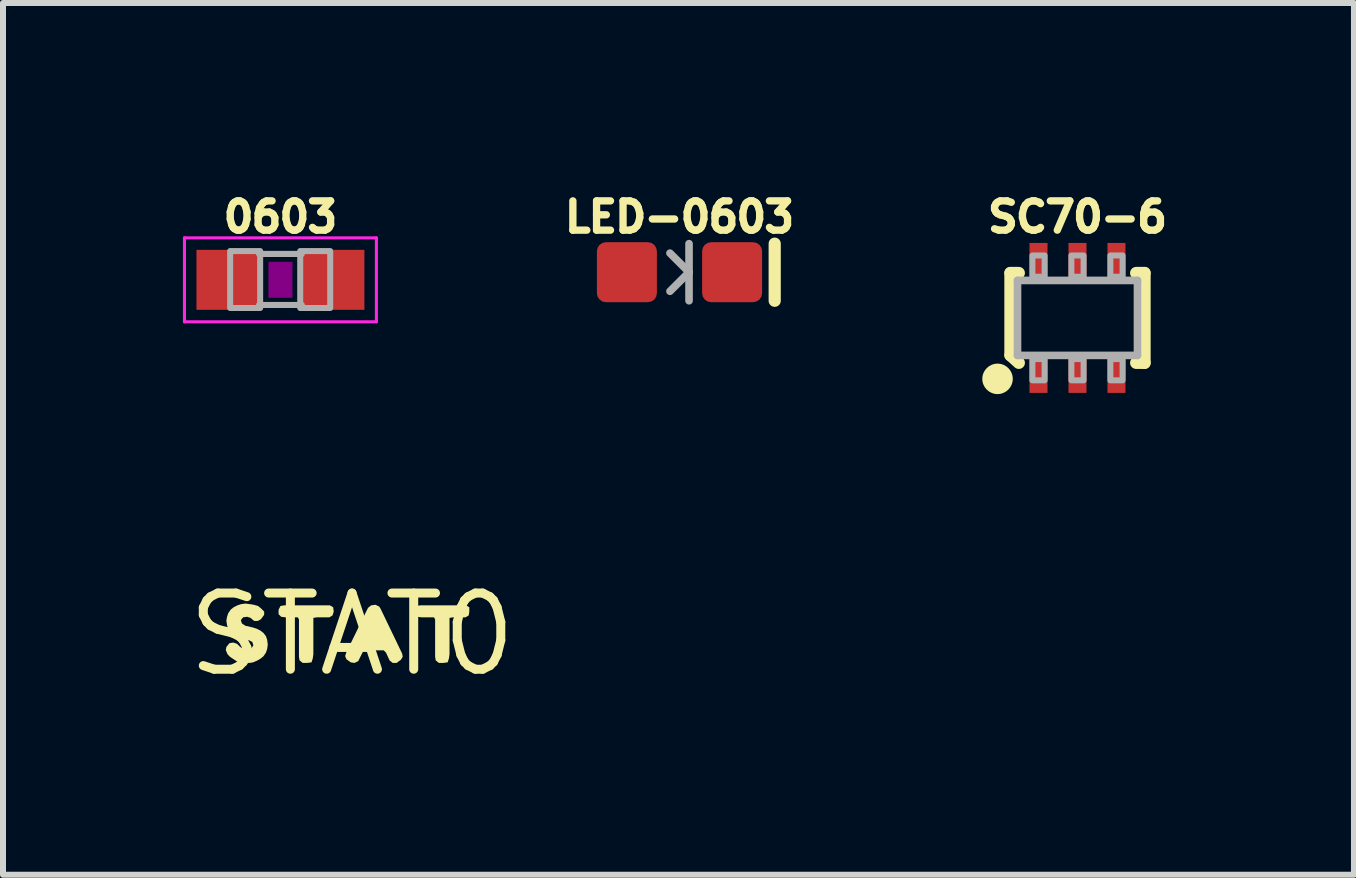
<source format=kicad_pcb>
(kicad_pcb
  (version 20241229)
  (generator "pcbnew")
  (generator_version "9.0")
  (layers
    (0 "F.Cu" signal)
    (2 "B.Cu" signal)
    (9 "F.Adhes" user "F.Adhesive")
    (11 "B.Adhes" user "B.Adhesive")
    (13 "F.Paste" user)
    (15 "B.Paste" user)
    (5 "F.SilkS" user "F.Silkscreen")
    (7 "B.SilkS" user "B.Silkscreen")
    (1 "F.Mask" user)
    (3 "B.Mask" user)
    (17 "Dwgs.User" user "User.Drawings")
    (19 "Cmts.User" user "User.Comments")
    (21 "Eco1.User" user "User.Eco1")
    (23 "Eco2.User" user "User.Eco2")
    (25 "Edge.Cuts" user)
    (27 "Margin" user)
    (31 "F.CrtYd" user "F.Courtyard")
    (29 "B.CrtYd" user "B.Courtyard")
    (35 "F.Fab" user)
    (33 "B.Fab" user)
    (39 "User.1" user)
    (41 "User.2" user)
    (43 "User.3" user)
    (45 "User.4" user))
  (footprint "STAT0"
    (layer "F.Cu")
    (at 2.819 7.527)
    (property "Reference" "STAT0" (at 0 0 0) (layer "F.SilkS") (effects (font (size 1.27 1.27) (thickness 0.15))))
    (fp_poly (pts (xy -0.315 -0.453) (xy -0.305 -0.38) (xy -0.326 -0.317) (xy -0.379 -0.285) (xy -0.59 -0.285) (xy -0.645 -0.276) (xy -0.645 0.33) (xy -0.655 0.401) (xy -0.676 0.465) (xy -0.75 0.475) (xy -0.822 0.475) (xy -0.875 0.433) (xy -0.885 0.37) (xy -0.885 -0.249) (xy -0.903 -0.285) (xy -1.11 -0.285) (xy -1.182 -0.295) (xy -1.225 -0.338) (xy -1.225 -0.411) (xy -1.193 -0.475) (xy -1.13 -0.485) (xy -0.369 -0.485)) (stroke (width 0) (type solid)) (fill yes) (layer "F.SilkS"))
    (fp_poly (pts (xy 0.453 -0.464) (xy 0.474 -0.432) (xy 0.835 0.318) (xy 0.845 0.371) (xy 0.814 0.423) (xy 0.742 0.475) (xy 0.678 0.475) (xy 0.626 0.433) (xy 0.566 0.303) (xy 0.528 0.265) (xy 0.193 0.265) (xy 0.134 0.382) (xy 0.104 0.444) (xy 0.041 0.475) (xy -0.022 0.465) (xy -0.094 0.413) (xy -0.115 0.36) (xy -0.095 0.298) (xy 0.236 -0.382) (xy 0.266 -0.443) (xy 0.318 -0.485) (xy 0.391 -0.495)) (stroke (width 0) (type solid)) (fill yes) (layer "F.SilkS"))
    (fp_poly (pts (xy 1.955 -0.453) (xy 1.955 -0.38) (xy 1.945 -0.317) (xy 1.891 -0.285) (xy 1.68 -0.285) (xy 1.625 -0.276) (xy 1.625 0.33) (xy 1.615 0.401) (xy 1.594 0.465) (xy 1.52 0.475) (xy 1.448 0.475) (xy 1.395 0.433) (xy 1.385 0.37) (xy 1.385 -0.249) (xy 1.367 -0.285) (xy 1.16 -0.285) (xy 1.088 -0.295) (xy 1.045 -0.338) (xy 1.045 -0.411) (xy 1.066 -0.475) (xy 1.14 -0.485) (xy 1.901 -0.485)) (stroke (width 0) (type solid)) (fill yes) (layer "F.SilkS"))
    (fp_poly (pts (xy -1.699 -0.505) (xy -1.639 -0.495) (xy -1.568 -0.475) (xy -1.517 -0.434) (xy -1.465 -0.382) (xy -1.465 -0.328) (xy -1.517 -0.256) (xy -1.569 -0.225) (xy -1.632 -0.225) (xy -1.692 -0.276) (xy -1.75 -0.295) (xy -1.817 -0.285) (xy -1.854 -0.239) (xy -1.836 -0.183) (xy -1.778 -0.145) (xy -1.649 -0.115) (xy -1.588 -0.095) (xy -1.527 -0.064) (xy -1.476 -0.024) (xy -1.436 0.028) (xy -1.415 0.089) (xy -1.405 0.17) (xy -1.415 0.241) (xy -1.435 0.302) (xy -1.476 0.363) (xy -1.527 0.404) (xy -1.578 0.434) (xy -1.649 0.465) (xy -1.71 0.475) (xy -1.851 0.475) (xy -1.912 0.455) (xy -2.033 0.374) (xy -2.074 0.333) (xy -2.105 0.261) (xy -2.095 0.208) (xy -2.043 0.145) (xy -1.98 0.135) (xy -1.917 0.156) (xy -1.867 0.206) (xy -1.808 0.245) (xy -1.741 0.255) (xy -1.673 0.226) (xy -1.645 0.179) (xy -1.664 0.124) (xy -1.722 0.095) (xy -1.781 0.085) (xy -1.852 0.065) (xy -1.922 0.034) (xy -1.973 0.004) (xy -2.024 -0.036) (xy -2.065 -0.088) (xy -2.085 -0.159) (xy -2.095 -0.23) (xy -2.085 -0.291) (xy -2.065 -0.352) (xy -2.024 -0.413) (xy -1.973 -0.454) (xy -1.912 -0.485) (xy -1.851 -0.505) (xy -1.78 -0.515)) (stroke (width 0) (type solid)) (fill yes) (layer "F.SilkS")))
  (footprint "SC70-6"
    (layer "F.Cu")
    (at 14.913 2.25)
    (property "Reference" "SC70-6" (at 0 -1.397 0) (layer "F.SilkS") (effects (font (size 0.488 0.488) (thickness 0.122)) (justify bottom)))
    (fp_line (start -1.118 -0.749) (end -1.118 0.622) (stroke (width 0.203) (type solid)) (layer "F.SilkS"))
    (fp_line (start -1.118 0.622) (end -0.978 0.749) (stroke (width 0.203) (type solid)) (layer "F.SilkS"))
    (fp_line (start -0.978 -0.749) (end -1.118 -0.749) (stroke (width 0.203) (type solid)) (layer "F.SilkS"))
    (fp_line (start 0.978 0.749) (end 1.118 0.749) (stroke (width 0.203) (type solid)) (layer "F.SilkS"))
    (fp_line (start 1.118 -0.749) (end 0.978 -0.749) (stroke (width 0.203) (type solid)) (layer "F.SilkS"))
    (fp_line (start 1.118 0.749) (end 1.118 -0.749) (stroke (width 0.203) (type solid)) (layer "F.SilkS"))
    (fp_circle (center -1.333 1.016) (end -1.206 1.016) (stroke (width 0.254) (type solid)) (fill yes) (layer "F.SilkS"))
    (fp_line (start -1 -0.625) (end -1 0.625) (stroke (width 0.127) (type solid)) (layer "F.Fab"))
    (fp_line (start -1 0.625) (end 1 0.625) (stroke (width 0.127) (type solid)) (layer "F.Fab"))
    (fp_line (start 1 -0.625) (end -1 -0.625) (stroke (width 0.127) (type solid)) (layer "F.Fab"))
    (fp_line (start 1 0.625) (end 1 -0.625) (stroke (width 0.127) (type solid)) (layer "F.Fab"))
    (fp_poly (pts (xy -0.752 -0.686) (xy -0.548 -0.686) (xy -0.548 -1.041) (xy -0.752 -1.041)) (stroke (width 0.1) (type solid)) (fill no) (layer "F.Fab"))
    (fp_poly (pts (xy -0.752 1.041) (xy -0.548 1.041) (xy -0.548 0.686) (xy -0.752 0.686)) (stroke (width 0.1) (type solid)) (fill no) (layer "F.Fab"))
    (fp_poly (pts (xy -0.102 -0.686) (xy 0.102 -0.686) (xy 0.102 -1.041) (xy -0.102 -1.041)) (stroke (width 0.1) (type solid)) (fill no) (layer "F.Fab"))
    (fp_poly (pts (xy -0.102 1.041) (xy 0.102 1.041) (xy 0.102 0.686) (xy -0.102 0.686)) (stroke (width 0.1) (type solid)) (fill no) (layer "F.Fab"))
    (fp_poly (pts (xy 0.548 -0.686) (xy 0.752 -0.686) (xy 0.752 -1.041) (xy 0.548 -1.041)) (stroke (width 0.1) (type solid)) (fill no) (layer "F.Fab"))
    (fp_poly (pts (xy 0.548 1.041) (xy 0.752 1.041) (xy 0.752 0.686) (xy 0.548 0.686)) (stroke (width 0.1) (type solid)) (fill no) (layer "F.Fab"))
    (pad "1" smd rect (at -0.65 0.92 180) (size 0.3 0.66) (layers "F.Cu" "F.Mask" "F.Paste"))
    (pad "2" smd rect (at 0 0.92 180) (size 0.3 0.66) (layers "F.Cu" "F.Mask" "F.Paste"))
    (pad "3" smd rect (at 0.65 0.92 180) (size 0.3 0.66) (layers "F.Cu" "F.Mask" "F.Paste"))
    (pad "4" smd rect (at 0.65 -0.92) (size 0.3 0.66) (layers "F.Cu" "F.Mask" "F.Paste"))
    (pad "5" smd rect (at 0 -0.92) (size 0.3 0.66) (layers "F.Cu" "F.Mask" "F.Paste"))
    (pad "6" smd rect (at -0.65 -0.92) (size 0.3 0.66) (layers "F.Cu" "F.Mask" "F.Paste")))
  (footprint "0603"
    (layer "F.Cu")
    (at 1.625 1.615)
    (property "Reference" "0603" (at 0 -0.762 0) (layer "F.SilkS") (effects (font (size 0.488 0.488) (thickness 0.122)) (justify bottom)))
    (fp_poly (pts (xy -0.2 0.3) (xy 0.2 0.3) (xy 0.2 -0.3) (xy -0.2 -0.3)) (stroke (width 0) (type solid)) (fill yes) (layer "F.Adhes"))
    (fp_line (start -1.6 -0.7) (end 1.6 -0.7) (stroke (width 0.051) (type solid)) (layer "F.CrtYd"))
    (fp_line (start -1.6 0.7) (end -1.6 -0.7) (stroke (width 0.051) (type solid)) (layer "F.CrtYd"))
    (fp_line (start 1.6 -0.7) (end 1.6 0.7) (stroke (width 0.051) (type solid)) (layer "F.CrtYd"))
    (fp_line (start 1.6 0.7) (end -1.6 0.7) (stroke (width 0.051) (type solid)) (layer "F.CrtYd"))
    (fp_line (start -0.356 -0.432) (end 0.356 -0.432) (stroke (width 0.102) (type solid)) (layer "F.Fab"))
    (fp_line (start -0.356 0.419) (end 0.356 0.419) (stroke (width 0.102) (type solid)) (layer "F.Fab"))
    (fp_poly (pts (xy -0.838 0.47) (xy -0.338 0.47) (xy -0.338 -0.48) (xy -0.838 -0.48)) (stroke (width 0.1) (type solid)) (fill no) (layer "F.Fab"))
    (fp_poly (pts (xy 0.33 0.47) (xy 0.83 0.47) (xy 0.83 -0.48) (xy 0.33 -0.48)) (stroke (width 0.1) (type solid)) (fill no) (layer "F.Fab"))
    (pad "1" smd rect (at -0.85 0) (size 1.1 1) (layers "F.Cu" "F.Mask" "F.Paste"))
    (pad "2" smd rect (at 0.85 0) (size 1.1 1) (layers "F.Cu" "F.Mask" "F.Paste")))
  (footprint "LED-0603"
    (layer "F.Cu")
    (at 8.278 1.488)
    (property "Reference" "LED-0603" (at 0 -0.635 0) (layer "F.SilkS") (effects (font (size 0.488 0.488) (thickness 0.122)) (justify bottom)))
    (fp_line (start 1.587 -0.476) (end 1.587 0.476) (stroke (width 0.203) (type solid)) (layer "F.SilkS"))
    (fp_line (start 0.159 -0.476) (end 0.159 0) (stroke (width 0.127) (type solid)) (layer "F.Fab"))
    (fp_line (start 0.159 0) (end -0.159 -0.318) (stroke (width 0.127) (type solid)) (layer "F.Fab"))
    (fp_line (start 0.159 0) (end -0.159 0.318) (stroke (width 0.127) (type solid)) (layer "F.Fab"))
    (fp_line (start 0.159 0) (end 0.159 0.476) (stroke (width 0.127) (type solid)) (layer "F.Fab"))
    (pad "A" smd roundrect (at -0.877 0 270) (size 1 1) (layers "F.Cu" "F.Mask" "F.Paste") (roundrect_rratio 0.15))
    (pad "C" smd roundrect (at 0.877 0 270) (size 1 1) (layers "F.Cu" "F.Mask" "F.Paste") (roundrect_rratio 0.15)))
  (gr_rect
    (start -3 -3)
    (end 19.522 11.533)
    (stroke (width 0.1) (type default))
    (fill no)
    (layer "Edge.Cuts")))
</source>
